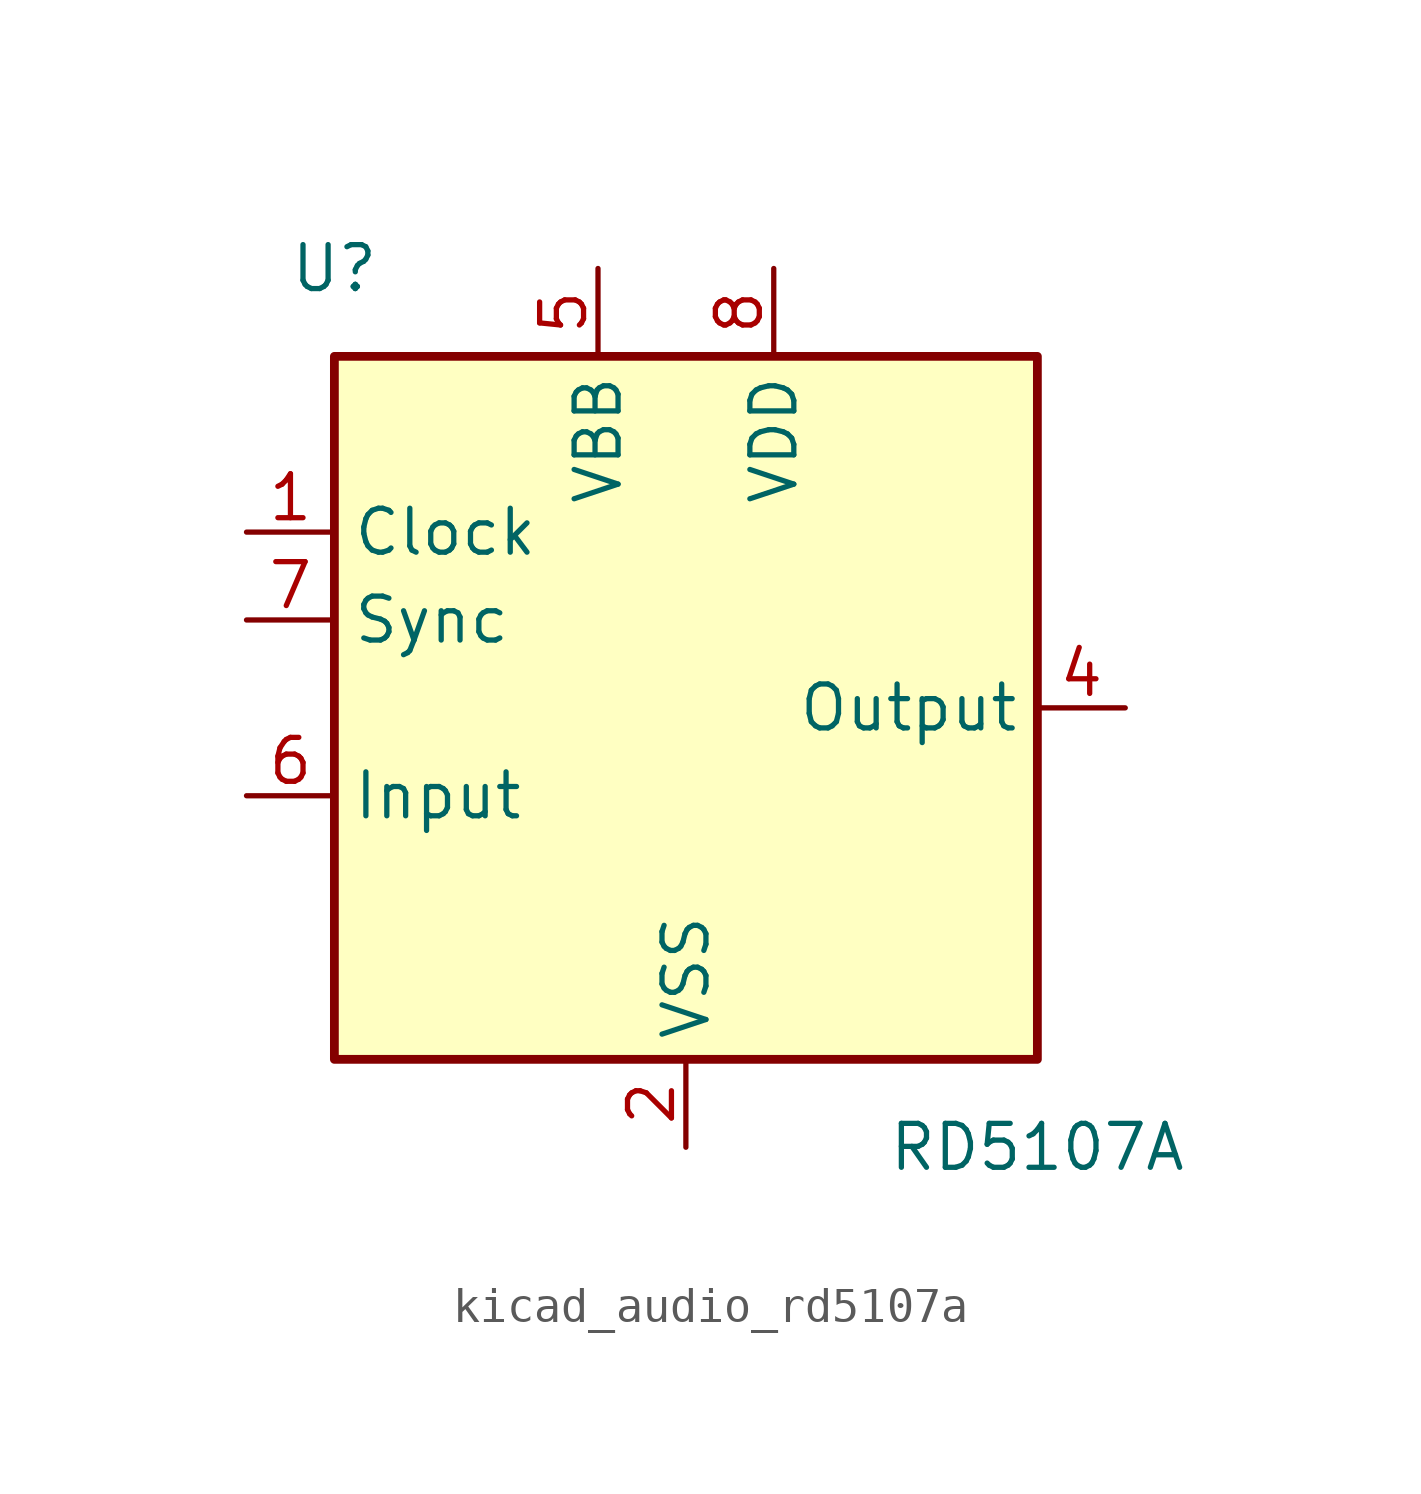
<source format=kicad_sym>
(kicad_symbol_lib
  (version 20220914)
  (generator kicad_symbol_editor)
  (symbol "kicad_audio_rd5107a"
    (property "Reference" "U"
      (at -10.16 12.7 0)
      (effects (font (size 1.27 1.27))))
    (property "Value" "RD5107A"
      (at 10.16 -12.7 0)
      (effects (font (size 1.27 1.27))))
    (symbol "kicad_audio_rd5107a_0_1"
      (rectangle (start -10.16 10.16) (end 10.16 -10.16) (stroke (width 0.254) (type default)) (fill (type background))))
    (symbol "kicad_audio_rd5107a_1_1"
      (pin input line (at -12.7 5.08 0) (length 2.54) (name "Clock" (effects (font (size 1.27 1.27)))) (number "1" (effects (font (size 1.27 1.27)))))
      (pin power_in line (at 0 -12.7 90) (length 2.54) (name "VSS" (effects (font (size 1.27 1.27)))) (number "2" (effects (font (size 1.27 1.27)))))
      (pin no_connect line (at -10.16 -7.62 0) (length 2.54) hide (name "NC" (effects (font (size 1.27 1.27)))) (number "3" (effects (font (size 1.27 1.27)))))
      (pin output line (at 12.7 0 180) (length 2.54) (name "Output" (effects (font (size 1.27 1.27)))) (number "4" (effects (font (size 1.27 1.27)))))
      (pin power_in line (at -2.54 12.7 270) (length 2.54) (name "VBB" (effects (font (size 1.27 1.27)))) (number "5" (effects (font (size 1.27 1.27)))))
      (pin input line (at -12.7 -2.54 0) (length 2.54) (name "Input" (effects (font (size 1.27 1.27)))) (number "6" (effects (font (size 1.27 1.27)))))
      (pin input line (at -12.7 2.54 0) (length 2.54) (name "Sync" (effects (font (size 1.27 1.27)))) (number "7" (effects (font (size 1.27 1.27)))))
      (pin power_in line (at 2.54 12.7 270) (length 2.54) (name "VDD" (effects (font (size 1.27 1.27)))) (number "8" (effects (font (size 1.27 1.27))))))))
</source>
